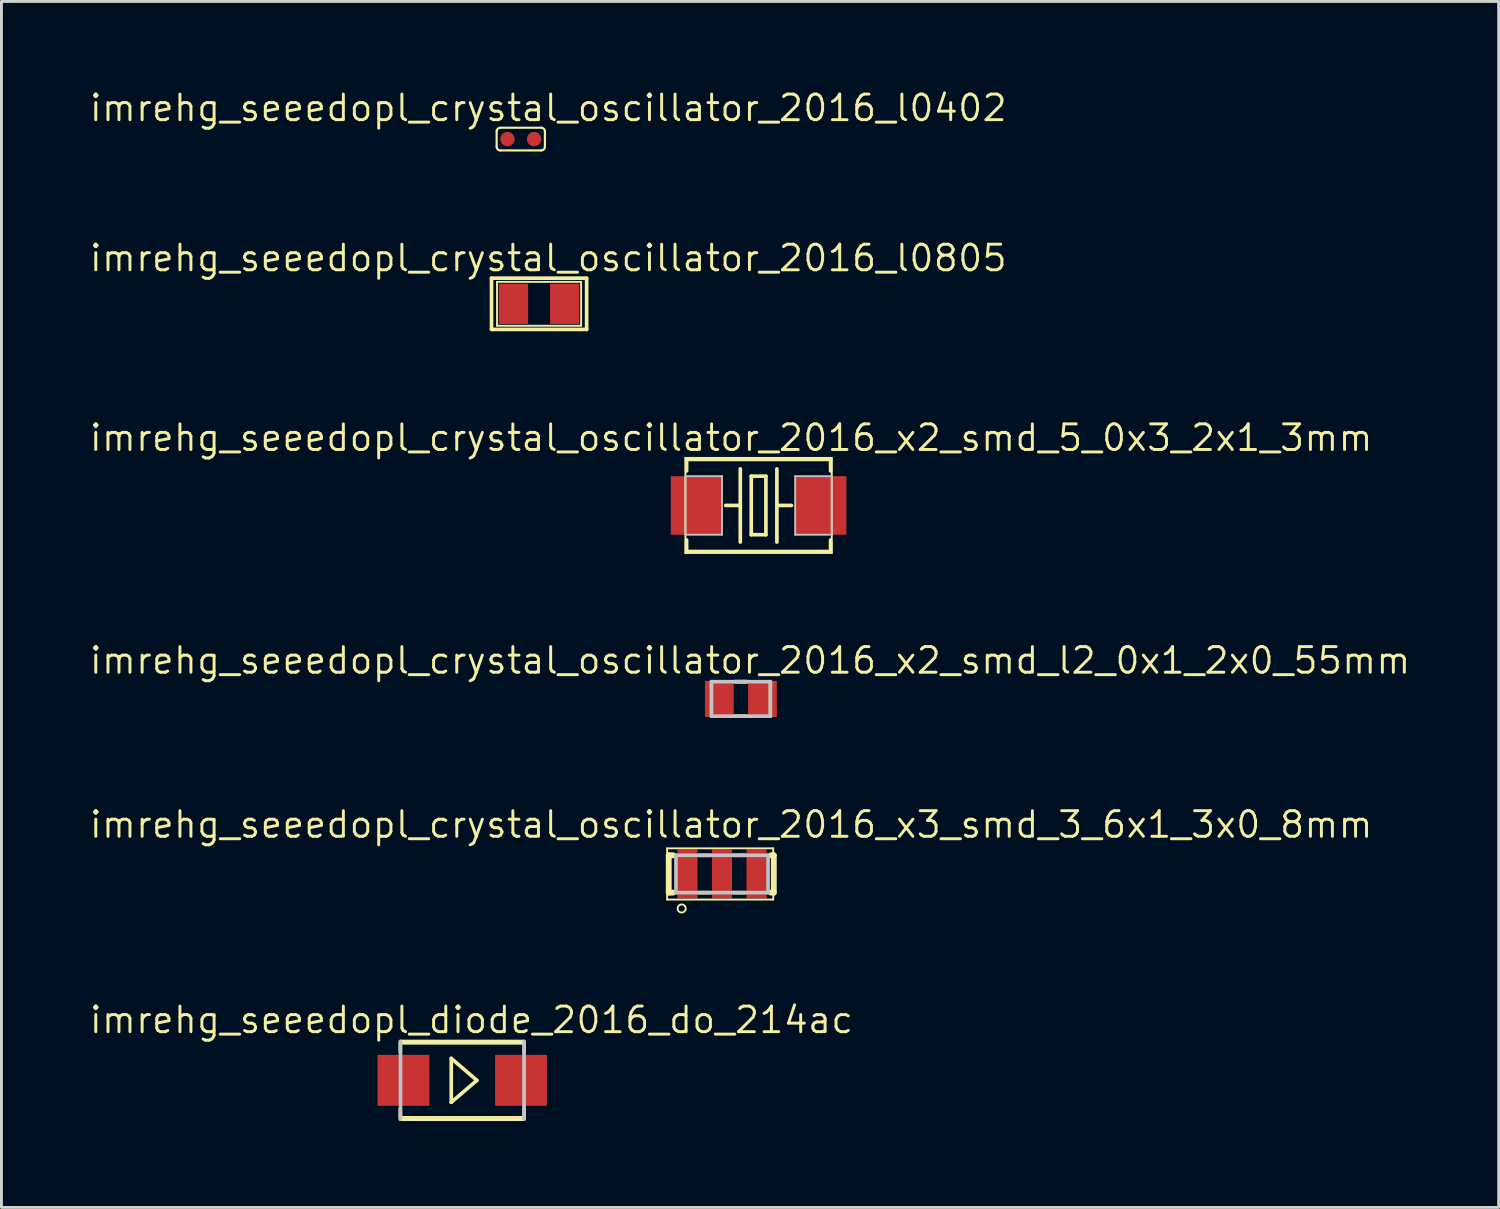
<source format=kicad_pcb>
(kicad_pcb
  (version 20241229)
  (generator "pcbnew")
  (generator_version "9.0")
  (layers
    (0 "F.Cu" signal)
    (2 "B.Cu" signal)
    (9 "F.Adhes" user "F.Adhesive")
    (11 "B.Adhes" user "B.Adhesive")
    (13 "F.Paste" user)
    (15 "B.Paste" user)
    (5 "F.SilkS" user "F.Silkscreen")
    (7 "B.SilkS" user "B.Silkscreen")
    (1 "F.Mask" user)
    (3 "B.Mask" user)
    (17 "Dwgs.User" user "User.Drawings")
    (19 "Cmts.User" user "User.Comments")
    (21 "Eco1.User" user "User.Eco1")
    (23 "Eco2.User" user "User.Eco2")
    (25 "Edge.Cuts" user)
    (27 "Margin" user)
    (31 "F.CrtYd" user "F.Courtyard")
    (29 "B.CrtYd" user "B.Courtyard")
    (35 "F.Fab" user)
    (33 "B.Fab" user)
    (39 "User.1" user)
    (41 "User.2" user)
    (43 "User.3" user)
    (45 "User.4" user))
  (footprint "imrehg_seeedopl_diode_2016_do_214ac"
    (layer "F.Cu")
    (at 12.996 34.452)
    (property "Reference" "imrehg_seeedopl_diode_2016_do_214ac" (at 0.318 -2.095 0) (layer "F.SilkS") (effects (font (size 0.889 0.889) (thickness 0.102))))
    (attr smd)
    (fp_line (start -2.159 -1.27) (end 2.159 -1.27) (stroke (width 0.066) (type solid)) (layer "F.SilkS"))
    (fp_line (start -2.159 1.27) (end -2.159 -1.27) (stroke (width 0.066) (type solid)) (layer "F.SilkS"))
    (fp_line (start -2.159 1.27) (end 2.159 1.27) (stroke (width 0.066) (type solid)) (layer "F.SilkS"))
    (fp_line (start -2.149 -1.298) (end -2.149 -0.998) (stroke (width 0.127) (type solid)) (layer "F.SilkS"))
    (fp_line (start -2.149 1.298) (end -2.149 0.998) (stroke (width 0.127) (type solid)) (layer "F.SilkS"))
    (fp_line (start -2.144 -1.349) (end 2.144 -1.349) (stroke (width 0.127) (type solid)) (layer "F.SilkS"))
    (fp_line (start -0.381 -0.762) (end 0.508 0) (stroke (width 0.127) (type solid)) (layer "F.SilkS"))
    (fp_line (start -0.381 0.762) (end -0.381 -0.762) (stroke (width 0.127) (type solid)) (layer "F.SilkS"))
    (fp_line (start 0.508 0) (end -0.381 0.762) (stroke (width 0.127) (type solid)) (layer "F.SilkS"))
    (fp_line (start 2.144 1.349) (end -2.144 1.349) (stroke (width 0.127) (type solid)) (layer "F.SilkS"))
    (fp_line (start 2.149 -1.298) (end 2.149 -0.998) (stroke (width 0.127) (type solid)) (layer "F.SilkS"))
    (fp_line (start 2.149 1.298) (end 2.149 0.998) (stroke (width 0.127) (type solid)) (layer "F.SilkS"))
    (fp_line (start 2.159 1.27) (end 2.159 -1.27) (stroke (width 0.066) (type solid)) (layer "F.SilkS"))
    (fp_line (start -2.144 1.349) (end -2.144 -1.349) (stroke (width 0.127) (type solid)) (layer "Dwgs.User"))
    (fp_line (start 2.144 -1.349) (end 2.144 1.349) (stroke (width 0.127) (type solid)) (layer "Dwgs.User"))
    (pad "1" smd rect (at -2.04 0 90) (size 1.768 1.798) (layers "F.Cu" "F.Mask" "F.Paste"))
    (pad "2" smd rect (at 2.04 0 90) (size 1.768 1.798) (layers "F.Cu" "F.Mask" "F.Paste")))
  (footprint "imrehg_seeedopl_crystal_oscillator_2016_x2_smd_5_0x3_2x1_3mm"
    (layer "F.Cu")
    (at 23.283 14.496)
    (property "Reference" "imrehg_seeedopl_crystal_oscillator_2016_x2_smd_5_0x3_2x1_3mm" (at -0.953 -2.349 0) (layer "F.SilkS") (effects (font (size 0.889 0.889) (thickness 0.102))))
    (attr smd)
    (fp_line (start -2.54 -1.651) (end 2.54 -1.651) (stroke (width 0.066) (type solid)) (layer "F.SilkS"))
    (fp_line (start -2.54 1.651) (end -2.54 -1.651) (stroke (width 0.066) (type solid)) (layer "F.SilkS"))
    (fp_line (start -2.54 1.651) (end 2.54 1.651) (stroke (width 0.066) (type solid)) (layer "F.SilkS"))
    (fp_line (start -2.499 -1.598) (end -2.499 -1.199) (stroke (width 0.127) (type solid)) (layer "F.SilkS"))
    (fp_line (start -2.499 1.199) (end -2.499 1.598) (stroke (width 0.127) (type solid)) (layer "F.SilkS"))
    (fp_line (start -2.499 1.598) (end 2.499 1.598) (stroke (width 0.127) (type solid)) (layer "F.SilkS"))
    (fp_line (start -0.635 -1.27) (end -0.635 0) (stroke (width 0.127) (type solid)) (layer "F.SilkS"))
    (fp_line (start -0.635 0) (end -1.143 0) (stroke (width 0.127) (type solid)) (layer "F.SilkS"))
    (fp_line (start -0.635 0) (end -0.635 1.27) (stroke (width 0.127) (type solid)) (layer "F.SilkS"))
    (fp_line (start -0.254 -1.016) (end -0.254 1.016) (stroke (width 0.127) (type solid)) (layer "F.SilkS"))
    (fp_line (start -0.254 1.016) (end 0.254 1.016) (stroke (width 0.127) (type solid)) (layer "F.SilkS"))
    (fp_line (start 0.254 -1.016) (end -0.254 -1.016) (stroke (width 0.127) (type solid)) (layer "F.SilkS"))
    (fp_line (start 0.254 1.016) (end 0.254 -1.016) (stroke (width 0.127) (type solid)) (layer "F.SilkS"))
    (fp_line (start 0.635 -1.27) (end 0.635 0) (stroke (width 0.127) (type solid)) (layer "F.SilkS"))
    (fp_line (start 0.635 0) (end 0.635 1.27) (stroke (width 0.127) (type solid)) (layer "F.SilkS"))
    (fp_line (start 0.635 0) (end 1.143 0) (stroke (width 0.127) (type solid)) (layer "F.SilkS"))
    (fp_line (start 2.499 -1.598) (end -2.499 -1.598) (stroke (width 0.127) (type solid)) (layer "F.SilkS"))
    (fp_line (start 2.499 -1.199) (end 2.499 -1.598) (stroke (width 0.127) (type solid)) (layer "F.SilkS"))
    (fp_line (start 2.499 1.598) (end 2.499 1.199) (stroke (width 0.127) (type solid)) (layer "F.SilkS"))
    (fp_line (start 2.54 1.651) (end 2.54 -1.651) (stroke (width 0.066) (type solid)) (layer "F.SilkS"))
    (fp_line (start -2.54 -1.016) (end -1.27 -1.016) (stroke (width 0.066) (type solid)) (layer "Dwgs.User"))
    (fp_line (start -2.54 1.016) (end -2.54 -1.016) (stroke (width 0.066) (type solid)) (layer "Dwgs.User"))
    (fp_line (start -2.54 1.016) (end -1.27 1.016) (stroke (width 0.066) (type solid)) (layer "Dwgs.User"))
    (fp_line (start -1.27 1.016) (end -1.27 -1.016) (stroke (width 0.066) (type solid)) (layer "Dwgs.User"))
    (fp_line (start 1.27 -1.016) (end 2.54 -1.016) (stroke (width 0.066) (type solid)) (layer "Dwgs.User"))
    (fp_line (start 1.27 1.016) (end 1.27 -1.016) (stroke (width 0.066) (type solid)) (layer "Dwgs.User"))
    (fp_line (start 1.27 1.016) (end 2.54 1.016) (stroke (width 0.066) (type solid)) (layer "Dwgs.User"))
    (fp_line (start 2.54 1.016) (end 2.54 -1.016) (stroke (width 0.066) (type solid)) (layer "Dwgs.User"))
    (pad "1" smd rect (at -2.159 0) (size 1.778 2.032) (layers "F.Cu" "F.Mask" "F.Paste"))
    (pad "2" smd rect (at 2.159 0) (size 1.778 2.032) (layers "F.Cu" "F.Mask" "F.Paste")))
  (footprint "imrehg_seeedopl_crystal_oscillator_2016_x2_smd_l2_0x1_2x0_55mm"
    (layer "F.Cu")
    (at 22.669 21.212)
    (property "Reference" "imrehg_seeedopl_crystal_oscillator_2016_x2_smd_l2_0x1_2x0_55mm" (at 0.318 -1.333 0) (layer "F.SilkS") (effects (font (size 0.889 0.889) (thickness 0.102))))
    (attr smd)
    (fp_line (start -0.998 -0.599) (end 0.998 -0.599) (stroke (width 0.066) (type solid)) (layer "F.SilkS"))
    (fp_line (start -0.998 0.599) (end -0.998 -0.599) (stroke (width 0.066) (type solid)) (layer "F.SilkS"))
    (fp_line (start -0.998 0.599) (end 0.998 0.599) (stroke (width 0.066) (type solid)) (layer "F.SilkS"))
    (fp_line (start -0.198 -0.599) (end 0.198 -0.599) (stroke (width 0.127) (type solid)) (layer "F.SilkS"))
    (fp_line (start -0.198 -0.599) (end 0.198 -0.599) (stroke (width 0.127) (type solid)) (layer "F.SilkS"))
    (fp_line (start -0.198 0.599) (end 0.198 0.599) (stroke (width 0.127) (type solid)) (layer "F.SilkS"))
    (fp_line (start 0.998 0.599) (end 0.998 -0.599) (stroke (width 0.066) (type solid)) (layer "F.SilkS"))
    (fp_line (start -1.024 -0.599) (end 1.024 -0.599) (stroke (width 0.127) (type solid)) (layer "Dwgs.User"))
    (fp_line (start -1.024 0.599) (end -1.024 -0.599) (stroke (width 0.127) (type solid)) (layer "Dwgs.User"))
    (fp_line (start 1.024 -0.599) (end 1.024 0.599) (stroke (width 0.127) (type solid)) (layer "Dwgs.User"))
    (fp_line (start 1.024 0.599) (end -1.024 0.599) (stroke (width 0.127) (type solid)) (layer "Dwgs.User"))
    (pad "1" smd rect (at -0.749 0 90) (size 1.25 0.998) (layers "F.Cu" "F.Mask" "F.Paste"))
    (pad "2" smd rect (at 0.749 0 90) (size 1.25 0.998) (layers "F.Cu" "F.Mask" "F.Paste")))
  (footprint "imrehg_seeedopl_crystal_oscillator_2016_l0402"
    (layer "F.Cu")
    (at 15.028 1.778)
    (property "Reference" "imrehg_seeedopl_crystal_oscillator_2016_l0402" (at 0.953 -1.079 0) (layer "F.SilkS") (effects (font (size 0.889 0.889) (thickness 0.102))))
    (attr smd)
    (fp_line (start -0.838 0.267) (end -0.838 -0.267) (stroke (width 0.076) (type solid)) (layer "F.SilkS"))
    (fp_line (start -0.711 -0.394) (end 0.711 -0.394) (stroke (width 0.076) (type solid)) (layer "F.SilkS"))
    (fp_line (start 0.711 0.394) (end -0.711 0.394) (stroke (width 0.076) (type solid)) (layer "F.SilkS"))
    (fp_line (start 0.838 -0.267) (end 0.838 0.267) (stroke (width 0.076) (type solid)) (layer "F.SilkS"))
    (fp_arc (start -0.8382 -0.2667) (mid -0.801003 -0.356503) (end -0.7112 -0.3937) (stroke (width 0.0762) (type solid)) (layer "F.SilkS"))
    (fp_arc (start -0.7112 0.3937) (mid -0.801003 0.356503) (end -0.8382 0.2667) (stroke (width 0.0762) (type solid)) (layer "F.SilkS"))
    (fp_arc (start 0.7112 -0.3937) (mid 0.801003 -0.356503) (end 0.8382 -0.2667) (stroke (width 0.0762) (type solid)) (layer "F.SilkS"))
    (fp_arc (start 0.8382 0.2667) (mid 0.801003 0.356503) (end 0.7112 0.3937) (stroke (width 0.0762) (type solid)) (layer "F.SilkS"))
    (pad "1" smd circle (at -0.462 0) (size 0.498 0.498) (layers "F.Cu" "F.Mask" "F.Paste"))
    (pad "2" smd circle (at 0.462 0) (size 0.498 0.498) (layers "F.Cu" "F.Mask" "F.Paste")))
  (footprint "imrehg_seeedopl_crystal_oscillator_2016_l0805"
    (layer "F.Cu")
    (at 15.663 7.496)
    (property "Reference" "imrehg_seeedopl_crystal_oscillator_2016_l0805" (at 0.318 -1.587 0) (layer "F.SilkS") (effects (font (size 0.889 0.889) (thickness 0.102))))
    (attr smd)
    (fp_line (start -1.651 -0.889) (end 1.651 -0.889) (stroke (width 0.127) (type solid)) (layer "F.SilkS"))
    (fp_line (start -1.651 0.889) (end -1.651 -0.889) (stroke (width 0.127) (type solid)) (layer "F.SilkS"))
    (fp_line (start -1.46 -0.762) (end 1.46 -0.762) (stroke (width 0.066) (type solid)) (layer "F.SilkS"))
    (fp_line (start -1.46 0.762) (end -1.46 -0.762) (stroke (width 0.066) (type solid)) (layer "F.SilkS"))
    (fp_line (start -1.46 0.762) (end 1.46 0.762) (stroke (width 0.066) (type solid)) (layer "F.SilkS"))
    (fp_line (start 1.46 0.762) (end 1.46 -0.762) (stroke (width 0.066) (type solid)) (layer "F.SilkS"))
    (fp_line (start 1.651 -0.889) (end 1.651 0.889) (stroke (width 0.127) (type solid)) (layer "F.SilkS"))
    (fp_line (start 1.651 0.889) (end -1.651 0.889) (stroke (width 0.127) (type solid)) (layer "F.SilkS"))
    (pad "1" smd rect (at -0.889 0) (size 1.016 1.397) (layers "F.Cu" "F.Mask" "F.Paste"))
    (pad "2" smd rect (at 0.889 0) (size 1.016 1.397) (layers "F.Cu" "F.Mask" "F.Paste")))
  (footprint "imrehg_seeedopl_crystal_oscillator_2016_x3_smd_3_6x1_3x0_8mm"
    (layer "F.Cu")
    (at 22.013 27.288)
    (property "Reference" "imrehg_seeedopl_crystal_oscillator_2016_x3_smd_3_6x1_3x0_8mm" (at 0.318 -1.714 0) (layer "F.SilkS") (effects (font (size 0.889 0.889) (thickness 0.102))))
    (attr smd)
    (fp_line (start -1.905 -0.889) (end 1.778 -0.889) (stroke (width 0.066) (type solid)) (layer "F.SilkS"))
    (fp_line (start -1.905 0.889) (end -1.905 -0.889) (stroke (width 0.066) (type solid)) (layer "F.SilkS"))
    (fp_line (start -1.905 0.889) (end 1.778 0.889) (stroke (width 0.066) (type solid)) (layer "F.SilkS"))
    (fp_line (start -1.849 -0.648) (end -1.699 -0.648) (stroke (width 0.203) (type solid)) (layer "F.SilkS"))
    (fp_line (start -1.849 0.648) (end -1.849 -0.648) (stroke (width 0.203) (type solid)) (layer "F.SilkS"))
    (fp_line (start -1.699 0.648) (end -1.849 0.648) (stroke (width 0.203) (type solid)) (layer "F.SilkS"))
    (fp_line (start -0.798 -0.648) (end -0.399 -0.648) (stroke (width 0.127) (type solid)) (layer "F.SilkS"))
    (fp_line (start -0.798 0.648) (end -0.399 0.648) (stroke (width 0.127) (type solid)) (layer "F.SilkS"))
    (fp_line (start 0.399 -0.648) (end 0.798 -0.648) (stroke (width 0.127) (type solid)) (layer "F.SilkS"))
    (fp_line (start 0.399 0.648) (end 0.798 0.648) (stroke (width 0.127) (type solid)) (layer "F.SilkS"))
    (fp_line (start 1.699 -0.648) (end 1.798 -0.648) (stroke (width 0.203) (type solid)) (layer "F.SilkS"))
    (fp_line (start 1.778 0.889) (end 1.778 -0.889) (stroke (width 0.066) (type solid)) (layer "F.SilkS"))
    (fp_line (start 1.798 -0.648) (end 1.798 0.648) (stroke (width 0.203) (type solid)) (layer "F.SilkS"))
    (fp_line (start 1.798 0.648) (end 1.699 0.648) (stroke (width 0.203) (type solid)) (layer "F.SilkS"))
    (fp_circle (center -1.4 1.199) (end -1.499 1.298) (stroke (width 0.064) (type solid)) (fill no) (layer "F.SilkS"))
    (fp_line (start -1.598 -0.648) (end 1.598 -0.648) (stroke (width 0.127) (type solid)) (layer "Dwgs.User"))
    (fp_line (start -1.598 0.648) (end -1.598 -0.648) (stroke (width 0.127) (type solid)) (layer "Dwgs.User"))
    (fp_line (start 1.598 -0.648) (end 1.598 0.648) (stroke (width 0.127) (type solid)) (layer "Dwgs.User"))
    (fp_line (start 1.598 0.648) (end -1.598 0.648) (stroke (width 0.127) (type solid)) (layer "Dwgs.User"))
    (pad "1" smd rect (at -1.199 0) (size 0.699 1.699) (layers "F.Cu" "F.Mask" "F.Paste"))
    (pad "2" smd rect (at 0 0) (size 0.699 1.699) (layers "F.Cu" "F.Mask" "F.Paste"))
    (pad "3" smd rect (at 1.199 0) (size 0.699 1.699) (layers "F.Cu" "F.Mask" "F.Paste")))
  (gr_rect
    (start -3 -3)
    (end 48.974 38.864)
    (stroke (width 0.1) (type default))
    (fill no)
    (layer "Edge.Cuts")))
</source>
